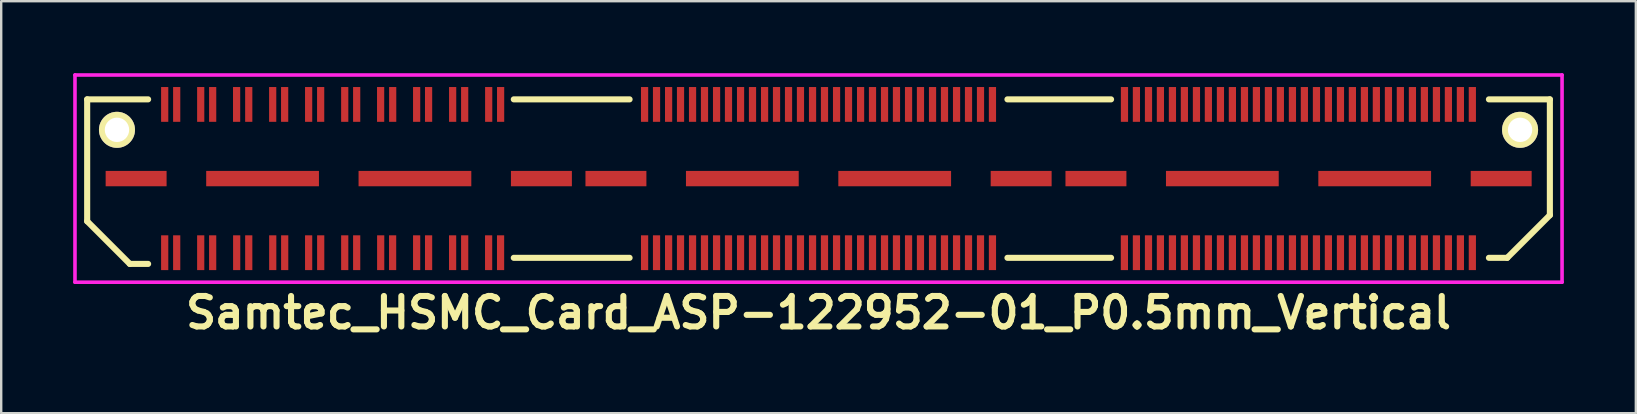
<source format=kicad_pcb>
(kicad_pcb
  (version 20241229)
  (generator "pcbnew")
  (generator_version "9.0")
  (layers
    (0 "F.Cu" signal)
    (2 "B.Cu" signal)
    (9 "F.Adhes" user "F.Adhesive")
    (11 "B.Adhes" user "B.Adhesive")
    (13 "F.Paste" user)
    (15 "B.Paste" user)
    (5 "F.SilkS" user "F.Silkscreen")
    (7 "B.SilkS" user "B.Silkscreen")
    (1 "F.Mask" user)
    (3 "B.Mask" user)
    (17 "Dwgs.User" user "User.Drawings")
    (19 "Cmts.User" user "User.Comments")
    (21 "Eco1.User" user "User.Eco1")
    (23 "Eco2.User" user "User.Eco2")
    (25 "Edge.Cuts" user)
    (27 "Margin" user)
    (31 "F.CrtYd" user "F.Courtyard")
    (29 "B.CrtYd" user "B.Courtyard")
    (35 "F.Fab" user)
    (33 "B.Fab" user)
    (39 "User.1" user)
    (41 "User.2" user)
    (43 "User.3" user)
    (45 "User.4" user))
  (footprint "Samtec_HSMC_Card_ASP-122952-01_P0.5mm_Vertical"
    (layer "F.Cu")
    (at 31.063 4.393)
    (property "Reference" "Samtec_HSMC_Card_ASP-122952-01_P0.5mm_Vertical" (at 0 5.588 0) (layer "F.SilkS") (effects (font (size 1.27 1.27) (thickness 0.254))))
    (attr smd)
    (fp_line (start -30.48 -3.302) (end -30.48 1.778) (stroke (width 0.254) (type solid)) (layer "F.SilkS"))
    (fp_line (start -30.48 1.778) (end -28.702 3.556) (stroke (width 0.254) (type solid)) (layer "F.SilkS"))
    (fp_line (start -28.702 3.556) (end -27.94 3.556) (stroke (width 0.254) (type solid)) (layer "F.SilkS"))
    (fp_line (start -27.94 -3.302) (end -30.48 -3.302) (stroke (width 0.254) (type solid)) (layer "F.SilkS"))
    (fp_line (start -12.7 3.302) (end -7.874 3.302) (stroke (width 0.254) (type solid)) (layer "F.SilkS"))
    (fp_line (start -7.874 -3.302) (end -12.7 -3.302) (stroke (width 0.254) (type solid)) (layer "F.SilkS"))
    (fp_line (start 7.874 3.302) (end 12.192 3.302) (stroke (width 0.254) (type solid)) (layer "F.SilkS"))
    (fp_line (start 12.192 -3.302) (end 7.874 -3.302) (stroke (width 0.254) (type solid)) (layer "F.SilkS"))
    (fp_line (start 27.94 -3.302) (end 30.48 -3.302) (stroke (width 0.254) (type solid)) (layer "F.SilkS"))
    (fp_line (start 27.94 3.302) (end 28.702 3.302) (stroke (width 0.254) (type solid)) (layer "F.SilkS"))
    (fp_line (start 28.702 3.302) (end 30.48 1.524) (stroke (width 0.254) (type solid)) (layer "F.SilkS"))
    (fp_line (start 30.48 -3.302) (end 30.48 1.524) (stroke (width 0.254) (type solid)) (layer "F.SilkS"))
    (fp_line (start -30.988 -4.318) (end -30.988 4.318) (stroke (width 0.15) (type solid)) (layer "F.CrtYd"))
    (fp_line (start -30.988 4.318) (end 30.988 4.318) (stroke (width 0.15) (type solid)) (layer "F.CrtYd"))
    (fp_line (start 30.988 -4.318) (end -30.988 -4.318) (stroke (width 0.15) (type solid)) (layer "F.CrtYd"))
    (fp_line (start 30.988 4.318) (end 30.988 -4.318) (stroke (width 0.15) (type solid)) (layer "F.CrtYd"))
    (pad "" np_thru_hole circle (at -29.238 -2.032) (size 1.501 1.501) (drill 1.016) (layers "*.Cu" "*.Mask" "F.SilkS"))
    (pad "" np_thru_hole circle (at 29.238 -2.032) (size 1.501 1.501) (drill 1.016) (layers "*.Cu" "*.Mask" "F.SilkS"))
    (pad "1" smd rect (at -27.249 -3.091) (size 0.3 1.45) (layers "F.Cu" "F.Mask" "F.Paste"))
    (pad "2" smd rect (at -27.249 3.089) (size 0.3 1.45) (layers "F.Cu" "F.Mask" "F.Paste"))
    (pad "3" smd rect (at -26.749 -3.091) (size 0.3 1.45) (layers "F.Cu" "F.Mask" "F.Paste"))
    (pad "4" smd rect (at -26.749 3.089) (size 0.3 1.45) (layers "F.Cu" "F.Mask" "F.Paste"))
    (pad "5" smd rect (at -25.748 -3.091) (size 0.3 1.45) (layers "F.Cu" "F.Mask" "F.Paste"))
    (pad "6" smd rect (at -25.748 3.089) (size 0.3 1.45) (layers "F.Cu" "F.Mask" "F.Paste"))
    (pad "7" smd rect (at -25.25 -3.091) (size 0.3 1.45) (layers "F.Cu" "F.Mask" "F.Paste"))
    (pad "8" smd rect (at -25.25 3.089) (size 0.3 1.45) (layers "F.Cu" "F.Mask" "F.Paste"))
    (pad "9" smd rect (at -24.252 -3.091) (size 0.3 1.45) (layers "F.Cu" "F.Mask" "F.Paste"))
    (pad "10" smd rect (at -24.249 3.089) (size 0.3 1.45) (layers "F.Cu" "F.Mask" "F.Paste"))
    (pad "11" smd rect (at -23.746 -3.091) (size 0.3 1.45) (layers "F.Cu" "F.Mask" "F.Paste"))
    (pad "12" smd rect (at -23.746 3.089) (size 0.3 1.45) (layers "F.Cu" "F.Mask" "F.Paste"))
    (pad "13" smd rect (at -22.748 -3.091) (size 0.3 1.45) (layers "F.Cu" "F.Mask" "F.Paste"))
    (pad "14" smd rect (at -22.746 3.089) (size 0.3 1.45) (layers "F.Cu" "F.Mask" "F.Paste"))
    (pad "15" smd rect (at -22.25 -3.091) (size 0.3 1.45) (layers "F.Cu" "F.Mask" "F.Paste"))
    (pad "16" smd rect (at -22.248 3.089) (size 0.3 1.45) (layers "F.Cu" "F.Mask" "F.Paste"))
    (pad "17" smd rect (at -21.25 -3.091) (size 0.3 1.45) (layers "F.Cu" "F.Mask" "F.Paste"))
    (pad "18" smd rect (at -21.25 3.089) (size 0.3 1.45) (layers "F.Cu" "F.Mask" "F.Paste"))
    (pad "19" smd rect (at -20.749 -3.091) (size 0.3 1.45) (layers "F.Cu" "F.Mask" "F.Paste"))
    (pad "20" smd rect (at -20.747 3.089) (size 0.3 1.45) (layers "F.Cu" "F.Mask" "F.Paste"))
    (pad "21" smd rect (at -19.746 -3.091) (size 0.3 1.45) (layers "F.Cu" "F.Mask" "F.Paste"))
    (pad "22" smd rect (at -19.746 3.089) (size 0.3 1.45) (layers "F.Cu" "F.Mask" "F.Paste"))
    (pad "23" smd rect (at -19.248 -3.091) (size 0.3 1.45) (layers "F.Cu" "F.Mask" "F.Paste"))
    (pad "24" smd rect (at -19.248 3.089) (size 0.3 1.45) (layers "F.Cu" "F.Mask" "F.Paste"))
    (pad "25" smd rect (at -18.25 -3.091) (size 0.3 1.45) (layers "F.Cu" "F.Mask" "F.Paste"))
    (pad "26" smd rect (at -18.247 3.089) (size 0.3 1.45) (layers "F.Cu" "F.Mask" "F.Paste"))
    (pad "27" smd rect (at -17.747 -3.091) (size 0.3 1.45) (layers "F.Cu" "F.Mask" "F.Paste"))
    (pad "28" smd rect (at -17.75 3.089) (size 0.3 1.45) (layers "F.Cu" "F.Mask" "F.Paste"))
    (pad "29" smd rect (at -16.749 -3.091) (size 0.3 1.45) (layers "F.Cu" "F.Mask" "F.Paste"))
    (pad "30" smd rect (at -16.749 3.089) (size 0.3 1.45) (layers "F.Cu" "F.Mask" "F.Paste"))
    (pad "31" smd rect (at -16.251 -3.091) (size 0.3 1.45) (layers "F.Cu" "F.Mask" "F.Paste"))
    (pad "32" smd rect (at -16.251 3.089) (size 0.3 1.45) (layers "F.Cu" "F.Mask" "F.Paste"))
    (pad "33" smd rect (at -15.248 -3.091) (size 0.3 1.45) (layers "F.Cu" "F.Mask" "F.Paste"))
    (pad "34" smd rect (at -15.25 3.089) (size 0.3 1.45) (layers "F.Cu" "F.Mask" "F.Paste"))
    (pad "35" smd rect (at -14.747 -3.091) (size 0.3 1.45) (layers "F.Cu" "F.Mask" "F.Paste"))
    (pad "36" smd rect (at -14.747 3.089) (size 0.3 1.45) (layers "F.Cu" "F.Mask" "F.Paste"))
    (pad "37" smd rect (at -13.746 -3.091) (size 0.3 1.45) (layers "F.Cu" "F.Mask" "F.Paste"))
    (pad "38" smd rect (at -13.749 3.089) (size 0.3 1.45) (layers "F.Cu" "F.Mask" "F.Paste"))
    (pad "39" smd rect (at -13.249 -3.091) (size 0.3 1.45) (layers "F.Cu" "F.Mask" "F.Paste"))
    (pad "40" smd rect (at -13.251 3.089) (size 0.3 1.45) (layers "F.Cu" "F.Mask" "F.Paste"))
    (pad "41" smd rect (at -7.249 -3.091) (size 0.3 1.45) (layers "F.Cu" "F.Mask" "F.Paste"))
    (pad "42" smd rect (at -7.249 3.089) (size 0.3 1.45) (layers "F.Cu" "F.Mask" "F.Paste"))
    (pad "43" smd rect (at -6.751 -3.091) (size 0.3 1.45) (layers "F.Cu" "F.Mask" "F.Paste"))
    (pad "44" smd rect (at -6.751 3.089) (size 0.3 1.45) (layers "F.Cu" "F.Mask" "F.Paste"))
    (pad "45" smd rect (at -6.248 -3.091) (size 0.3 1.45) (layers "F.Cu" "F.Mask" "F.Paste"))
    (pad "46" smd rect (at -6.248 3.089) (size 0.3 1.45) (layers "F.Cu" "F.Mask" "F.Paste"))
    (pad "47" smd rect (at -5.751 -3.091) (size 0.3 1.45) (layers "F.Cu" "F.Mask" "F.Paste"))
    (pad "48" smd rect (at -5.751 3.089) (size 0.3 1.45) (layers "F.Cu" "F.Mask" "F.Paste"))
    (pad "49" smd rect (at -5.25 -3.091) (size 0.3 1.45) (layers "F.Cu" "F.Mask" "F.Paste"))
    (pad "50" smd rect (at -5.25 3.089) (size 0.3 1.45) (layers "F.Cu" "F.Mask" "F.Paste"))
    (pad "51" smd rect (at -4.752 -3.091) (size 0.3 1.45) (layers "F.Cu" "F.Mask" "F.Paste"))
    (pad "52" smd rect (at -4.752 3.089) (size 0.3 1.45) (layers "F.Cu" "F.Mask" "F.Paste"))
    (pad "53" smd rect (at -4.249 -3.091) (size 0.3 1.45) (layers "F.Cu" "F.Mask" "F.Paste"))
    (pad "54" smd rect (at -4.249 3.089) (size 0.3 1.45) (layers "F.Cu" "F.Mask" "F.Paste"))
    (pad "55" smd rect (at -3.752 -3.091) (size 0.3 1.45) (layers "F.Cu" "F.Mask" "F.Paste"))
    (pad "56" smd rect (at -3.752 3.089) (size 0.3 1.45) (layers "F.Cu" "F.Mask" "F.Paste"))
    (pad "57" smd rect (at -3.249 -3.091) (size 0.3 1.45) (layers "F.Cu" "F.Mask" "F.Paste"))
    (pad "58" smd rect (at -3.249 3.089) (size 0.3 1.45) (layers "F.Cu" "F.Mask" "F.Paste"))
    (pad "59" smd rect (at -2.751 -3.091) (size 0.3 1.45) (layers "F.Cu" "F.Mask" "F.Paste"))
    (pad "60" smd rect (at -2.751 3.089) (size 0.3 1.45) (layers "F.Cu" "F.Mask" "F.Paste"))
    (pad "61" smd rect (at -2.248 -3.091) (size 0.3 1.45) (layers "F.Cu" "F.Mask" "F.Paste"))
    (pad "62" smd rect (at -2.248 3.089) (size 0.3 1.45) (layers "F.Cu" "F.Mask" "F.Paste"))
    (pad "63" smd rect (at -1.75 -3.091) (size 0.3 1.45) (layers "F.Cu" "F.Mask" "F.Paste"))
    (pad "64" smd rect (at -1.75 3.089) (size 0.3 1.45) (layers "F.Cu" "F.Mask" "F.Paste"))
    (pad "65" smd rect (at -1.25 -3.091) (size 0.3 1.45) (layers "F.Cu" "F.Mask" "F.Paste"))
    (pad "66" smd rect (at -1.25 3.089) (size 0.3 1.45) (layers "F.Cu" "F.Mask" "F.Paste"))
    (pad "67" smd rect (at -0.752 -3.091) (size 0.3 1.45) (layers "F.Cu" "F.Mask" "F.Paste"))
    (pad "68" smd rect (at -0.752 3.089) (size 0.3 1.45) (layers "F.Cu" "F.Mask" "F.Paste"))
    (pad "69" smd rect (at -0.249 -3.091) (size 0.3 1.45) (layers "F.Cu" "F.Mask" "F.Paste"))
    (pad "70" smd rect (at -0.249 3.089) (size 0.3 1.45) (layers "F.Cu" "F.Mask" "F.Paste"))
    (pad "71" smd rect (at 0.249 -3.091) (size 0.3 1.45) (layers "F.Cu" "F.Mask" "F.Paste"))
    (pad "72" smd rect (at 0.249 3.089) (size 0.3 1.45) (layers "F.Cu" "F.Mask" "F.Paste"))
    (pad "73" smd rect (at 0.752 -3.091) (size 0.3 1.45) (layers "F.Cu" "F.Mask" "F.Paste"))
    (pad "74" smd rect (at 0.752 3.089) (size 0.3 1.45) (layers "F.Cu" "F.Mask" "F.Paste"))
    (pad "75" smd rect (at 1.25 -3.091) (size 0.3 1.45) (layers "F.Cu" "F.Mask" "F.Paste"))
    (pad "76" smd rect (at 1.25 3.089) (size 0.3 1.45) (layers "F.Cu" "F.Mask" "F.Paste"))
    (pad "77" smd rect (at 1.753 -3.091) (size 0.3 1.45) (layers "F.Cu" "F.Mask" "F.Paste"))
    (pad "78" smd rect (at 1.753 3.089) (size 0.3 1.45) (layers "F.Cu" "F.Mask" "F.Paste"))
    (pad "79" smd rect (at 2.25 -3.091) (size 0.3 1.45) (layers "F.Cu" "F.Mask" "F.Paste"))
    (pad "80" smd rect (at 2.25 3.089) (size 0.3 1.45) (layers "F.Cu" "F.Mask" "F.Paste"))
    (pad "81" smd rect (at 2.751 -3.091) (size 0.3 1.45) (layers "F.Cu" "F.Mask" "F.Paste"))
    (pad "82" smd rect (at 2.751 3.089) (size 0.3 1.45) (layers "F.Cu" "F.Mask" "F.Paste"))
    (pad "83" smd rect (at 3.249 -3.091) (size 0.3 1.45) (layers "F.Cu" "F.Mask" "F.Paste"))
    (pad "84" smd rect (at 3.249 3.089) (size 0.3 1.45) (layers "F.Cu" "F.Mask" "F.Paste"))
    (pad "85" smd rect (at 3.752 -3.091) (size 0.3 1.45) (layers "F.Cu" "F.Mask" "F.Paste"))
    (pad "86" smd rect (at 3.752 3.089) (size 0.3 1.45) (layers "F.Cu" "F.Mask" "F.Paste"))
    (pad "87" smd rect (at 4.249 -3.091) (size 0.3 1.45) (layers "F.Cu" "F.Mask" "F.Paste"))
    (pad "88" smd rect (at 4.249 3.089) (size 0.3 1.45) (layers "F.Cu" "F.Mask" "F.Paste"))
    (pad "89" smd rect (at 4.752 -3.091) (size 0.3 1.45) (layers "F.Cu" "F.Mask" "F.Paste"))
    (pad "90" smd rect (at 4.752 3.089) (size 0.3 1.45) (layers "F.Cu" "F.Mask" "F.Paste"))
    (pad "91" smd rect (at 5.25 -3.091) (size 0.3 1.45) (layers "F.Cu" "F.Mask" "F.Paste"))
    (pad "92" smd rect (at 5.25 3.089) (size 0.3 1.45) (layers "F.Cu" "F.Mask" "F.Paste"))
    (pad "93" smd rect (at 5.753 -3.091) (size 0.3 1.45) (layers "F.Cu" "F.Mask" "F.Paste"))
    (pad "94" smd rect (at 5.753 3.089) (size 0.3 1.45) (layers "F.Cu" "F.Mask" "F.Paste"))
    (pad "95" smd rect (at 6.251 -3.091) (size 0.3 1.45) (layers "F.Cu" "F.Mask" "F.Paste"))
    (pad "96" smd rect (at 6.251 3.089) (size 0.3 1.45) (layers "F.Cu" "F.Mask" "F.Paste"))
    (pad "97" smd rect (at 6.751 -3.091) (size 0.3 1.45) (layers "F.Cu" "F.Mask" "F.Paste"))
    (pad "98" smd rect (at 6.751 3.089) (size 0.3 1.45) (layers "F.Cu" "F.Mask" "F.Paste"))
    (pad "99" smd rect (at 7.249 -3.091) (size 0.3 1.45) (layers "F.Cu" "F.Mask" "F.Paste"))
    (pad "100" smd rect (at 7.249 3.089) (size 0.3 1.45) (layers "F.Cu" "F.Mask" "F.Paste"))
    (pad "101" smd rect (at 12.751 -3.091) (size 0.3 1.45) (layers "F.Cu" "F.Mask" "F.Paste"))
    (pad "102" smd rect (at 12.748 3.089) (size 0.3 1.45) (layers "F.Cu" "F.Mask" "F.Paste"))
    (pad "103" smd rect (at 13.249 -3.091) (size 0.3 1.45) (layers "F.Cu" "F.Mask" "F.Paste"))
    (pad "104" smd rect (at 13.249 3.089) (size 0.3 1.45) (layers "F.Cu" "F.Mask" "F.Paste"))
    (pad "105" smd rect (at 13.752 -3.091) (size 0.3 1.45) (layers "F.Cu" "F.Mask" "F.Paste"))
    (pad "106" smd rect (at 13.752 3.089) (size 0.3 1.45) (layers "F.Cu" "F.Mask" "F.Paste"))
    (pad "107" smd rect (at 14.249 -3.091) (size 0.3 1.45) (layers "F.Cu" "F.Mask" "F.Paste"))
    (pad "108" smd rect (at 14.249 3.089) (size 0.3 1.45) (layers "F.Cu" "F.Mask" "F.Paste"))
    (pad "109" smd rect (at 14.75 -3.091) (size 0.3 1.45) (layers "F.Cu" "F.Mask" "F.Paste"))
    (pad "110" smd rect (at 14.75 3.089) (size 0.3 1.45) (layers "F.Cu" "F.Mask" "F.Paste"))
    (pad "111" smd rect (at 15.248 -3.091) (size 0.3 1.45) (layers "F.Cu" "F.Mask" "F.Paste"))
    (pad "112" smd rect (at 15.248 3.089) (size 0.3 1.45) (layers "F.Cu" "F.Mask" "F.Paste"))
    (pad "113" smd rect (at 15.751 -3.091) (size 0.3 1.45) (layers "F.Cu" "F.Mask" "F.Paste"))
    (pad "114" smd rect (at 15.751 3.089) (size 0.3 1.45) (layers "F.Cu" "F.Mask" "F.Paste"))
    (pad "115" smd rect (at 16.248 -3.091) (size 0.3 1.45) (layers "F.Cu" "F.Mask" "F.Paste"))
    (pad "116" smd rect (at 16.248 3.089) (size 0.3 1.45) (layers "F.Cu" "F.Mask" "F.Paste"))
    (pad "117" smd rect (at 16.751 -3.091) (size 0.3 1.45) (layers "F.Cu" "F.Mask" "F.Paste"))
    (pad "118" smd rect (at 16.751 3.089) (size 0.3 1.45) (layers "F.Cu" "F.Mask" "F.Paste"))
    (pad "119" smd rect (at 17.249 -3.091) (size 0.3 1.45) (layers "F.Cu" "F.Mask" "F.Paste"))
    (pad "120" smd rect (at 17.249 3.089) (size 0.3 1.45) (layers "F.Cu" "F.Mask" "F.Paste"))
    (pad "121" smd rect (at 17.752 -3.091) (size 0.3 1.45) (layers "F.Cu" "F.Mask" "F.Paste"))
    (pad "122" smd rect (at 17.752 3.089) (size 0.3 1.45) (layers "F.Cu" "F.Mask" "F.Paste"))
    (pad "123" smd rect (at 18.25 -3.091) (size 0.3 1.45) (layers "F.Cu" "F.Mask" "F.Paste"))
    (pad "124" smd rect (at 18.25 3.089) (size 0.3 1.45) (layers "F.Cu" "F.Mask" "F.Paste"))
    (pad "125" smd rect (at 18.75 -3.091) (size 0.3 1.45) (layers "F.Cu" "F.Mask" "F.Paste"))
    (pad "126" smd rect (at 18.75 3.089) (size 0.3 1.45) (layers "F.Cu" "F.Mask" "F.Paste"))
    (pad "127" smd rect (at 19.248 -3.091) (size 0.3 1.45) (layers "F.Cu" "F.Mask" "F.Paste"))
    (pad "128" smd rect (at 19.248 3.089) (size 0.3 1.45) (layers "F.Cu" "F.Mask" "F.Paste"))
    (pad "129" smd rect (at 19.751 -3.091) (size 0.3 1.45) (layers "F.Cu" "F.Mask" "F.Paste"))
    (pad "130" smd rect (at 19.751 3.089) (size 0.3 1.45) (layers "F.Cu" "F.Mask" "F.Paste"))
    (pad "131" smd rect (at 20.249 -3.091) (size 0.3 1.45) (layers "F.Cu" "F.Mask" "F.Paste"))
    (pad "132" smd rect (at 20.249 3.089) (size 0.3 1.45) (layers "F.Cu" "F.Mask" "F.Paste"))
    (pad "133" smd rect (at 20.752 -3.091) (size 0.3 1.45) (layers "F.Cu" "F.Mask" "F.Paste"))
    (pad "134" smd rect (at 20.752 3.089) (size 0.3 1.45) (layers "F.Cu" "F.Mask" "F.Paste"))
    (pad "135" smd rect (at 21.25 -3.091) (size 0.3 1.45) (layers "F.Cu" "F.Mask" "F.Paste"))
    (pad "136" smd rect (at 21.25 3.089) (size 0.3 1.45) (layers "F.Cu" "F.Mask" "F.Paste"))
    (pad "137" smd rect (at 21.753 -3.091) (size 0.3 1.45) (layers "F.Cu" "F.Mask" "F.Paste"))
    (pad "138" smd rect (at 21.753 3.089) (size 0.3 1.45) (layers "F.Cu" "F.Mask" "F.Paste"))
    (pad "139" smd rect (at 22.25 -3.091) (size 0.3 1.45) (layers "F.Cu" "F.Mask" "F.Paste"))
    (pad "140" smd rect (at 22.25 3.089) (size 0.3 1.45) (layers "F.Cu" "F.Mask" "F.Paste"))
    (pad "141" smd rect (at 22.751 -3.091) (size 0.3 1.45) (layers "F.Cu" "F.Mask" "F.Paste"))
    (pad "142" smd rect (at 22.751 3.089) (size 0.3 1.45) (layers "F.Cu" "F.Mask" "F.Paste"))
    (pad "143" smd rect (at 23.249 -3.091) (size 0.3 1.45) (layers "F.Cu" "F.Mask" "F.Paste"))
    (pad "144" smd rect (at 23.249 3.089) (size 0.3 1.45) (layers "F.Cu" "F.Mask" "F.Paste"))
    (pad "145" smd rect (at 23.752 -3.091) (size 0.3 1.45) (layers "F.Cu" "F.Mask" "F.Paste"))
    (pad "146" smd rect (at 23.752 3.089) (size 0.3 1.45) (layers "F.Cu" "F.Mask" "F.Paste"))
    (pad "147" smd rect (at 24.249 -3.091) (size 0.3 1.45) (layers "F.Cu" "F.Mask" "F.Paste"))
    (pad "148" smd rect (at 24.249 3.089) (size 0.3 1.45) (layers "F.Cu" "F.Mask" "F.Paste"))
    (pad "149" smd rect (at 24.752 -3.091) (size 0.3 1.45) (layers "F.Cu" "F.Mask" "F.Paste"))
    (pad "150" smd rect (at 24.752 3.089) (size 0.3 1.45) (layers "F.Cu" "F.Mask" "F.Paste"))
    (pad "151" smd rect (at 25.25 -3.091) (size 0.3 1.45) (layers "F.Cu" "F.Mask" "F.Paste"))
    (pad "152" smd rect (at 25.25 3.089) (size 0.3 1.45) (layers "F.Cu" "F.Mask" "F.Paste"))
    (pad "153" smd rect (at 25.753 -3.091) (size 0.3 1.45) (layers "F.Cu" "F.Mask" "F.Paste"))
    (pad "154" smd rect (at 25.753 3.089) (size 0.3 1.45) (layers "F.Cu" "F.Mask" "F.Paste"))
    (pad "155" smd rect (at 26.251 -3.091) (size 0.3 1.45) (layers "F.Cu" "F.Mask" "F.Paste"))
    (pad "156" smd rect (at 26.251 3.089) (size 0.3 1.45) (layers "F.Cu" "F.Mask" "F.Paste"))
    (pad "157" smd rect (at 26.751 -3.091) (size 0.3 1.45) (layers "F.Cu" "F.Mask" "F.Paste"))
    (pad "158" smd rect (at 26.751 3.089) (size 0.3 1.45) (layers "F.Cu" "F.Mask" "F.Paste"))
    (pad "159" smd rect (at 27.249 -3.091) (size 0.3 1.45) (layers "F.Cu" "F.Mask" "F.Paste"))
    (pad "160" smd rect (at 27.249 3.089) (size 0.3 1.45) (layers "F.Cu" "F.Mask" "F.Paste"))
    (pad "161" smd rect (at -28.44 0) (size 2.54 0.64) (layers "F.Cu" "F.Mask" "F.Paste"))
    (pad "162" smd rect (at -23.17 0) (size 4.699 0.64) (layers "F.Cu" "F.Mask" "F.Paste"))
    (pad "163" smd rect (at -16.82 0) (size 4.699 0.64) (layers "F.Cu" "F.Mask" "F.Paste"))
    (pad "164" smd rect (at -11.549 0) (size 2.54 0.64) (layers "F.Cu" "F.Mask" "F.Paste"))
    (pad "165" smd rect (at -8.443 0) (size 2.54 0.64) (layers "F.Cu" "F.Mask" "F.Paste"))
    (pad "166" smd rect (at -3.175 0) (size 4.699 0.64) (layers "F.Cu" "F.Mask" "F.Paste"))
    (pad "167" smd rect (at 3.175 0) (size 4.699 0.64) (layers "F.Cu" "F.Mask" "F.Paste"))
    (pad "168" smd rect (at 8.445 0) (size 2.54 0.64) (layers "F.Cu" "F.Mask" "F.Paste"))
    (pad "169" smd rect (at 11.562 0) (size 2.54 0.64) (layers "F.Cu" "F.Mask" "F.Paste"))
    (pad "170" smd rect (at 16.83 0) (size 4.699 0.64) (layers "F.Cu" "F.Mask" "F.Paste"))
    (pad "171" smd rect (at 23.18 0) (size 4.699 0.64) (layers "F.Cu" "F.Mask" "F.Paste"))
    (pad "172" smd rect (at 28.451 0) (size 2.54 0.64) (layers "F.Cu" "F.Mask" "F.Paste")))
  (gr_rect
    (start -3 -3)
    (end 65.126 14.17)
    (stroke (width 0.1) (type default))
    (fill no)
    (layer "Edge.Cuts")))
</source>
